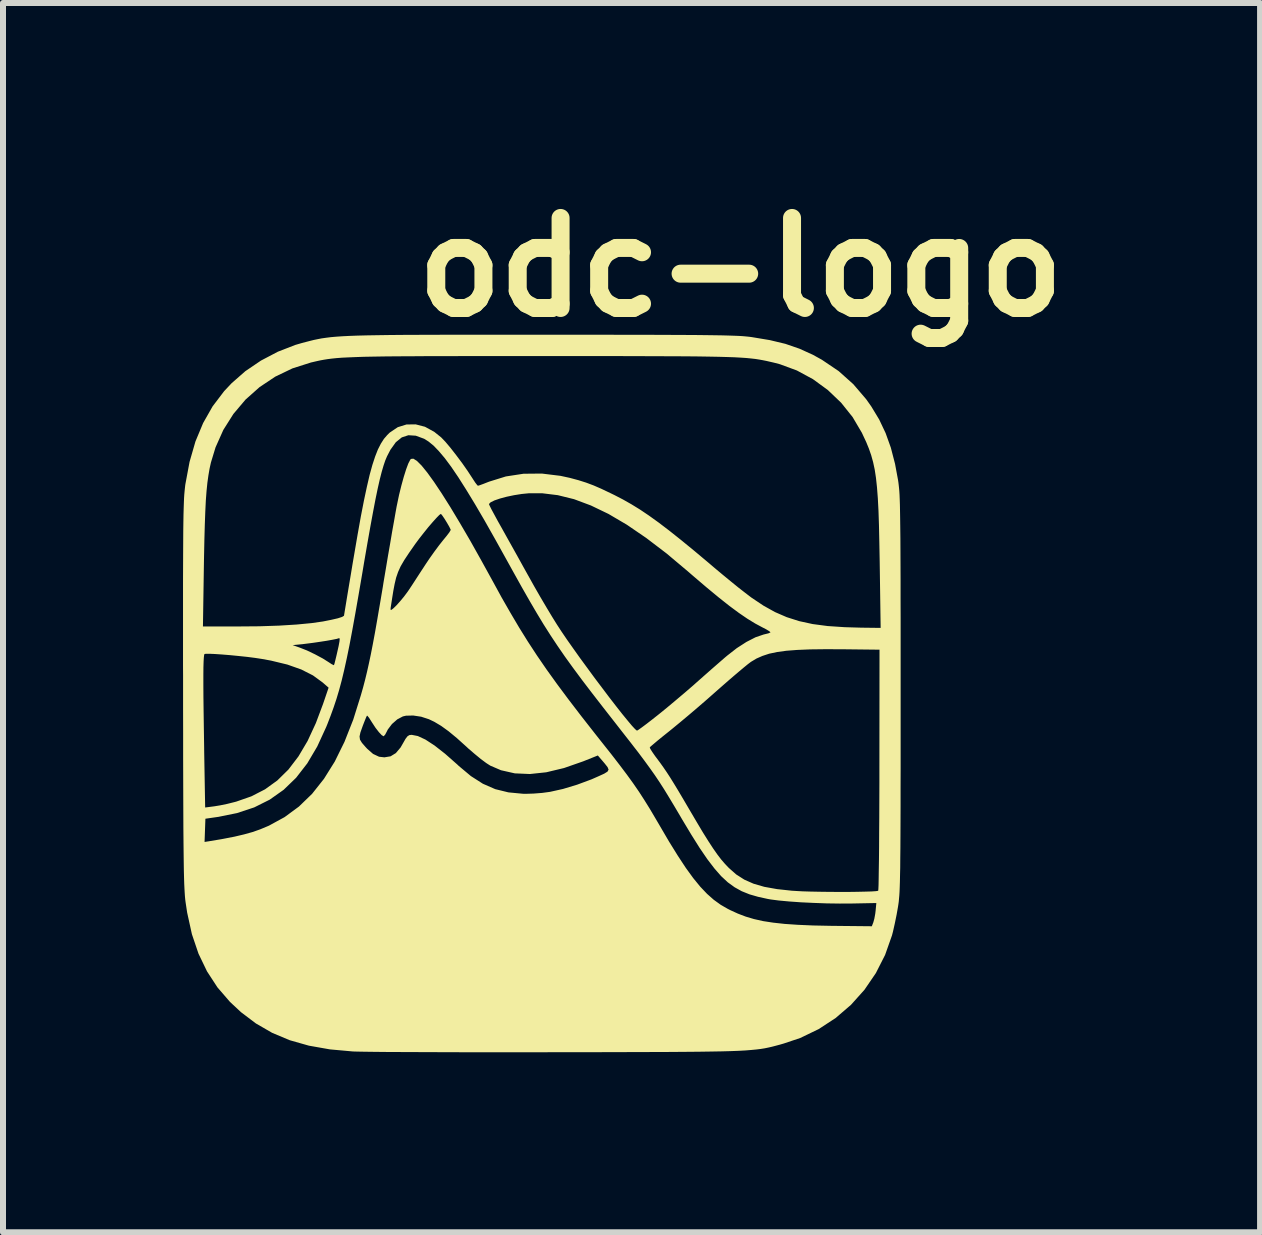
<source format=kicad_pcb>
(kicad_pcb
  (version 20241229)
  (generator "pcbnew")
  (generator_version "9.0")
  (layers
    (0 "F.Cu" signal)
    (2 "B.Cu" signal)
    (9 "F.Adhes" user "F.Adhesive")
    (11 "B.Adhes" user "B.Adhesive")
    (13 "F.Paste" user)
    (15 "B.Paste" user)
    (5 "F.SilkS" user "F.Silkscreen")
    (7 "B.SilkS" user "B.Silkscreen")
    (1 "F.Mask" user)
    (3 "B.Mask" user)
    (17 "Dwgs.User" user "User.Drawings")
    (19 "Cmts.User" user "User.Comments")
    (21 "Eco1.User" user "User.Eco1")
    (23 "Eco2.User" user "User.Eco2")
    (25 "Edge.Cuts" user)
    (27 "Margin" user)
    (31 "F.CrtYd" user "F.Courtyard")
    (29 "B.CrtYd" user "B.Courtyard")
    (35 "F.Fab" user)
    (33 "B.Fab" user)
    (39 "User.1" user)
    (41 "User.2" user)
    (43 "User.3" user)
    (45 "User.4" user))
  (footprint "odc-logo"
    (layer "F.Cu")
    (at 5.99 8.516)
    (property "Reference" "odc-logo" (at 3.302 -7.112 0) (layer "F.SilkS") (effects (font (size 1.5 1.5) (thickness 0.3))))
    (attr board_only exclude_from_pos_files exclude_from_bom)
    (fp_poly (pts (xy -0.179 -5.988) (xy -0.012 -5.988) (xy 0.446 -5.988) (xy 0.859 -5.988) (xy 1.231 -5.987) (xy 1.563 -5.987) (xy 1.858 -5.986) (xy 2.119 -5.985) (xy 2.348 -5.984) (xy 2.548 -5.983) (xy 2.721 -5.981) (xy 2.87 -5.979) (xy 2.997 -5.977) (xy 3.105 -5.974) (xy 3.196 -5.971) (xy 3.273 -5.968) (xy 3.338 -5.964) (xy 3.394 -5.959) (xy 3.444 -5.954) (xy 3.489 -5.948) (xy 3.495 -5.947) (xy 3.789 -5.898) (xy 4.048 -5.836) (xy 4.283 -5.755) (xy 4.506 -5.654) (xy 4.656 -5.571) (xy 4.936 -5.382) (xy 5.18 -5.164) (xy 5.394 -4.914) (xy 5.479 -4.794) (xy 5.612 -4.574) (xy 5.719 -4.348) (xy 5.806 -4.105) (xy 5.876 -3.835) (xy 5.926 -3.565) (xy 5.932 -3.525) (xy 5.937 -3.483) (xy 5.942 -3.436) (xy 5.947 -3.382) (xy 5.951 -3.318) (xy 5.954 -3.242) (xy 5.957 -3.152) (xy 5.959 -3.044) (xy 5.961 -2.917) (xy 5.963 -2.768) (xy 5.965 -2.594) (xy 5.966 -2.393) (xy 5.967 -2.163) (xy 5.968 -1.9) (xy 5.968 -1.604) (xy 5.969 -1.27) (xy 5.969 -0.897) (xy 5.969 -0.482) (xy 5.969 -0.023) (xy 5.969 -0.012) (xy 5.969 0.449) (xy 5.969 0.865) (xy 5.969 1.239) (xy 5.968 1.573) (xy 5.968 1.871) (xy 5.967 2.134) (xy 5.966 2.365) (xy 5.965 2.566) (xy 5.963 2.74) (xy 5.962 2.89) (xy 5.959 3.018) (xy 5.957 3.126) (xy 5.954 3.217) (xy 5.951 3.293) (xy 5.947 3.357) (xy 5.942 3.411) (xy 5.938 3.458) (xy 5.932 3.501) (xy 5.926 3.541) (xy 5.926 3.541) (xy 5.902 3.677) (xy 5.872 3.823) (xy 5.842 3.957) (xy 5.825 4.022) (xy 5.71 4.348) (xy 5.556 4.651) (xy 5.366 4.929) (xy 5.141 5.18) (xy 4.886 5.399) (xy 4.603 5.584) (xy 4.296 5.732) (xy 4.022 5.824) (xy 3.953 5.844) (xy 3.889 5.861) (xy 3.828 5.877) (xy 3.767 5.891) (xy 3.704 5.904) (xy 3.636 5.915) (xy 3.561 5.924) (xy 3.476 5.932) (xy 3.378 5.94) (xy 3.265 5.946) (xy 3.133 5.951) (xy 2.981 5.955) (xy 2.806 5.958) (xy 2.605 5.961) (xy 2.375 5.963) (xy 2.114 5.965) (xy 1.819 5.966) (xy 1.488 5.967) (xy 1.118 5.968) (xy 0.706 5.969) (xy 0.258 5.969) (xy -0.124 5.97) (xy -0.498 5.97) (xy -0.861 5.97) (xy -1.208 5.97) (xy -1.538 5.969) (xy -1.847 5.968) (xy -2.131 5.967) (xy -2.388 5.966) (xy -2.615 5.965) (xy -2.807 5.963) (xy -2.963 5.961) (xy -3.078 5.959) (xy -3.15 5.957) (xy -3.154 5.957) (xy -3.541 5.922) (xy -3.892 5.86) (xy -4.212 5.769) (xy -4.505 5.646) (xy -4.775 5.49) (xy -5.025 5.301) (xy -5.207 5.131) (xy -5.416 4.889) (xy -5.59 4.622) (xy -5.732 4.327) (xy -5.842 4.002) (xy -5.921 3.643) (xy -5.947 3.471) (xy -5.953 3.425) (xy -5.958 3.373) (xy -5.962 3.313) (xy -5.966 3.243) (xy -5.97 3.159) (xy -5.973 3.06) (xy -5.976 2.942) (xy -5.978 2.804) (xy -5.98 2.643) (xy -5.982 2.465) (xy -5.631 2.465) (xy -5.554 2.453) (xy -5.324 2.414) (xy -5.133 2.377) (xy -4.972 2.339) (xy -4.832 2.3) (xy -4.704 2.255) (xy -4.58 2.203) (xy -4.557 2.193) (xy -4.297 2.051) (xy -4.058 1.875) (xy -3.839 1.663) (xy -3.641 1.413) (xy -3.461 1.125) (xy -3.299 0.796) (xy -3.264 0.707) (xy -3.048 0.707) (xy -3.041 0.76) (xy -3.008 0.814) (xy -2.948 0.883) (xy -2.922 0.911) (xy -2.823 0.998) (xy -2.723 1.045) (xy -2.634 1.055) (xy -2.531 1.038) (xy -2.443 0.984) (xy -2.364 0.89) (xy -2.326 0.824) (xy -2.282 0.747) (xy -2.249 0.704) (xy -2.217 0.684) (xy -2.179 0.68) (xy -2.077 0.7) (xy -1.95 0.759) (xy -1.798 0.858) (xy -1.622 0.996) (xy -1.42 1.174) (xy -1.396 1.197) (xy -1.193 1.367) (xy -0.993 1.495) (xy -0.787 1.585) (xy -0.567 1.639) (xy -0.325 1.662) (xy -0.279 1.663) (xy -0.15 1.659) (xy -0.007 1.648) (xy 0.12 1.631) (xy 0.122 1.631) (xy 0.342 1.582) (xy 0.58 1.51) (xy 0.817 1.422) (xy 0.935 1.37) (xy 1.029 1.327) (xy 1.084 1.293) (xy 1.102 1.26) (xy 1.085 1.218) (xy 1.036 1.156) (xy 1.002 1.116) (xy 0.923 1.024) (xy 0.678 1.122) (xy 0.36 1.233) (xy 0.064 1.304) (xy -0.209 1.333) (xy -0.461 1.322) (xy -0.691 1.27) (xy -0.87 1.193) (xy -0.937 1.15) (xy -1.027 1.083) (xy -1.129 0.999) (xy -1.235 0.908) (xy -1.267 0.878) (xy -1.428 0.733) (xy -1.565 0.62) (xy -1.688 0.531) (xy -1.802 0.463) (xy -1.892 0.42) (xy -2.021 0.378) (xy -2.154 0.358) (xy -2.274 0.361) (xy -2.326 0.373) (xy -2.419 0.422) (xy -2.508 0.5) (xy -2.577 0.591) (xy -2.595 0.627) (xy -2.622 0.678) (xy -2.646 0.703) (xy -2.648 0.704) (xy -2.679 0.685) (xy -2.726 0.635) (xy -2.782 0.563) (xy -2.837 0.479) (xy -2.853 0.454) (xy -2.889 0.397) (xy -2.916 0.364) (xy -2.924 0.36) (xy -2.937 0.385) (xy -2.961 0.444) (xy -2.992 0.523) (xy -3.001 0.548) (xy -3.034 0.641) (xy -3.048 0.707) (xy -3.264 0.707) (xy -3.153 0.426) (xy -3.027 0.023) (xy -2.989 -0.11) (xy -2.955 -0.24) (xy -2.923 -0.372) (xy -2.892 -0.511) (xy -2.86 -0.662) (xy -2.827 -0.831) (xy -2.791 -1.024) (xy -2.752 -1.246) (xy -2.725 -1.405) (xy -2.532 -1.405) (xy -2.532 -1.405) (xy -2.518 -1.402) (xy -2.483 -1.429) (xy -2.431 -1.48) (xy -2.371 -1.547) (xy -2.308 -1.623) (xy -2.249 -1.702) (xy -2.225 -1.737) (xy -2.179 -1.806) (xy -2.116 -1.903) (xy -2.044 -2.014) (xy -1.97 -2.127) (xy -1.966 -2.134) (xy -1.887 -2.252) (xy -1.802 -2.372) (xy -1.721 -2.481) (xy -1.656 -2.563) (xy -1.597 -2.635) (xy -1.552 -2.694) (xy -1.53 -2.732) (xy -1.529 -2.739) (xy -1.554 -2.79) (xy -1.591 -2.854) (xy -1.631 -2.919) (xy -1.667 -2.972) (xy -1.69 -3) (xy -1.693 -3.002) (xy -1.718 -2.985) (xy -1.765 -2.937) (xy -1.829 -2.866) (xy -1.903 -2.78) (xy -1.98 -2.684) (xy -2.056 -2.587) (xy -2.119 -2.502) (xy -2.223 -2.353) (xy -2.303 -2.232) (xy -2.363 -2.129) (xy -2.406 -2.034) (xy -2.439 -1.938) (xy -2.464 -1.832) (xy -2.485 -1.721) (xy -2.503 -1.609) (xy -2.518 -1.512) (xy -2.529 -1.441) (xy -2.532 -1.405) (xy -2.725 -1.405) (xy -2.708 -1.503) (xy -2.658 -1.799) (xy -2.65 -1.852) (xy -2.612 -2.076) (xy -2.575 -2.298) (xy -2.538 -2.51) (xy -2.505 -2.706) (xy -2.474 -2.878) (xy -2.449 -3.021) (xy -2.43 -3.126) (xy -2.424 -3.154) (xy -2.39 -3.317) (xy -2.351 -3.475) (xy -2.311 -3.62) (xy -2.272 -3.744) (xy -2.236 -3.841) (xy -2.204 -3.903) (xy -2.192 -3.918) (xy -2.151 -3.922) (xy -2.092 -3.885) (xy -2.014 -3.807) (xy -1.919 -3.69) (xy -1.807 -3.535) (xy -1.679 -3.343) (xy -1.535 -3.115) (xy -1.377 -2.852) (xy -1.204 -2.556) (xy -1.019 -2.226) (xy -0.83 -1.883) (xy -0.678 -1.605) (xy -0.531 -1.349) (xy -0.388 -1.107) (xy -0.243 -0.874) (xy -0.092 -0.643) (xy 0.068 -0.41) (xy 0.242 -0.168) (xy 0.434 0.09) (xy 0.647 0.368) (xy 0.886 0.673) (xy 0.984 0.797) (xy 1.149 1.005) (xy 1.288 1.185) (xy 1.407 1.343) (xy 1.512 1.488) (xy 1.607 1.626) (xy 1.697 1.765) (xy 1.789 1.913) (xy 1.886 2.077) (xy 1.947 2.181) (xy 2.109 2.458) (xy 2.256 2.695) (xy 2.389 2.897) (xy 2.513 3.068) (xy 2.63 3.211) (xy 2.743 3.33) (xy 2.855 3.429) (xy 2.97 3.512) (xy 3.091 3.582) (xy 3.127 3.6) (xy 3.256 3.659) (xy 3.387 3.709) (xy 3.525 3.75) (xy 3.676 3.784) (xy 3.845 3.81) (xy 4.037 3.831) (xy 4.257 3.846) (xy 4.51 3.857) (xy 4.802 3.863) (xy 4.99 3.865) (xy 5.489 3.87) (xy 5.514 3.805) (xy 5.531 3.744) (xy 5.546 3.661) (xy 5.552 3.612) (xy 5.564 3.483) (xy 5.157 3.491) (xy 4.954 3.492) (xy 4.74 3.489) (xy 4.521 3.481) (xy 4.309 3.471) (xy 4.112 3.457) (xy 3.939 3.441) (xy 3.8 3.423) (xy 3.751 3.414) (xy 3.592 3.379) (xy 3.45 3.338) (xy 3.321 3.286) (xy 3.202 3.22) (xy 3.089 3.138) (xy 2.978 3.035) (xy 2.866 2.907) (xy 2.748 2.753) (xy 2.621 2.567) (xy 2.482 2.346) (xy 2.327 2.088) (xy 2.299 2.04) (xy 2.198 1.869) (xy 2.109 1.721) (xy 2.029 1.59) (xy 1.952 1.47) (xy 1.875 1.355) (xy 1.793 1.239) (xy 1.702 1.114) (xy 1.598 0.975) (xy 1.532 0.89) (xy 1.788 0.89) (xy 1.798 0.915) (xy 1.831 0.967) (xy 1.879 1.036) (xy 1.895 1.057) (xy 1.96 1.144) (xy 2.017 1.224) (xy 2.071 1.303) (xy 2.127 1.389) (xy 2.189 1.489) (xy 2.262 1.609) (xy 2.349 1.756) (xy 2.441 1.913) (xy 2.567 2.127) (xy 2.673 2.305) (xy 2.765 2.452) (xy 2.844 2.573) (xy 2.914 2.673) (xy 2.979 2.758) (xy 3.042 2.831) (xy 3.106 2.898) (xy 3.228 3.006) (xy 3.364 3.093) (xy 3.518 3.161) (xy 3.697 3.213) (xy 3.909 3.251) (xy 4.158 3.278) (xy 4.225 3.282) (xy 4.333 3.288) (xy 4.466 3.292) (xy 4.616 3.295) (xy 4.776 3.297) (xy 4.939 3.298) (xy 5.099 3.298) (xy 5.247 3.296) (xy 5.378 3.293) (xy 5.484 3.29) (xy 5.558 3.285) (xy 5.594 3.279) (xy 5.595 3.278) (xy 5.598 3.252) (xy 5.601 3.183) (xy 5.603 3.074) (xy 5.605 2.929) (xy 5.608 2.75) (xy 5.61 2.541) (xy 5.611 2.307) (xy 5.613 2.049) (xy 5.614 1.772) (xy 5.615 1.479) (xy 5.615 1.261) (xy 5.617 -0.739) (xy 5.007 -0.746) (xy 4.713 -0.747) (xy 4.461 -0.744) (xy 4.246 -0.735) (xy 4.064 -0.721) (xy 3.91 -0.7) (xy 3.778 -0.672) (xy 3.666 -0.635) (xy 3.566 -0.591) (xy 3.476 -0.537) (xy 3.473 -0.535) (xy 3.424 -0.498) (xy 3.347 -0.435) (xy 3.247 -0.351) (xy 3.13 -0.251) (xy 3.004 -0.141) (xy 2.897 -0.047) (xy 2.751 0.082) (xy 2.595 0.217) (xy 2.439 0.35) (xy 2.293 0.472) (xy 2.168 0.575) (xy 2.115 0.618) (xy 2.01 0.702) (xy 1.919 0.776) (xy 1.848 0.836) (xy 1.802 0.875) (xy 1.788 0.89) (xy 1.532 0.89) (xy 1.475 0.816) (xy 1.33 0.631) (xy 1.231 0.504) (xy 1.016 0.229) (xy 0.827 -0.015) (xy 0.659 -0.235) (xy 0.51 -0.436) (xy 0.375 -0.623) (xy 0.251 -0.803) (xy 0.133 -0.981) (xy 0.018 -1.162) (xy -0.098 -1.354) (xy -0.219 -1.561) (xy -0.349 -1.789) (xy -0.491 -2.044) (xy -0.593 -2.228) (xy -0.789 -2.581) (xy -0.966 -2.894) (xy -1.124 -3.164) (xy -0.891 -3.164) (xy -0.88 -3.138) (xy -0.85 -3.078) (xy -0.803 -2.991) (xy -0.745 -2.884) (xy -0.683 -2.774) (xy -0.604 -2.632) (xy -0.51 -2.464) (xy -0.409 -2.283) (xy -0.31 -2.104) (xy -0.224 -1.95) (xy -0.134 -1.789) (xy -0.034 -1.615) (xy 0.068 -1.442) (xy 0.163 -1.284) (xy 0.242 -1.157) (xy 0.317 -1.042) (xy 0.408 -0.908) (xy 0.513 -0.759) (xy 0.626 -0.6) (xy 0.747 -0.435) (xy 0.87 -0.267) (xy 0.994 -0.103) (xy 1.113 0.055) (xy 1.226 0.201) (xy 1.329 0.332) (xy 1.419 0.442) (xy 1.491 0.528) (xy 1.544 0.585) (xy 1.573 0.609) (xy 1.576 0.61) (xy 1.6 0.596) (xy 1.655 0.557) (xy 1.734 0.498) (xy 1.831 0.423) (xy 1.931 0.344) (xy 2.069 0.232) (xy 2.222 0.104) (xy 2.377 -0.027) (xy 2.516 -0.147) (xy 2.564 -0.19) (xy 2.684 -0.296) (xy 2.812 -0.409) (xy 2.936 -0.517) (xy 3.043 -0.61) (xy 3.08 -0.641) (xy 3.239 -0.765) (xy 3.399 -0.868) (xy 3.551 -0.946) (xy 3.686 -0.992) (xy 3.711 -0.998) (xy 3.768 -1.012) (xy 3.798 -1.026) (xy 3.799 -1.03) (xy 3.78 -1.047) (xy 3.729 -1.078) (xy 3.665 -1.111) (xy 3.544 -1.176) (xy 3.415 -1.255) (xy 3.273 -1.352) (xy 3.115 -1.469) (xy 2.937 -1.61) (xy 2.735 -1.777) (xy 2.504 -1.974) (xy 2.427 -2.041) (xy 2.069 -2.342) (xy 1.729 -2.601) (xy 1.407 -2.821) (xy 1.101 -3.001) (xy 0.808 -3.142) (xy 0.527 -3.247) (xy 0.256 -3.314) (xy -0.006 -3.346) (xy -0.223 -3.346) (xy -0.345 -3.334) (xy -0.472 -3.314) (xy -0.596 -3.288) (xy -0.708 -3.258) (xy -0.801 -3.226) (xy -0.864 -3.195) (xy -0.891 -3.167) (xy -0.891 -3.164) (xy -1.124 -3.164) (xy -1.127 -3.169) (xy -1.272 -3.407) (xy -1.402 -3.612) (xy -1.52 -3.786) (xy -1.627 -3.93) (xy -1.725 -4.046) (xy -1.813 -4.138) (xy -1.896 -4.206) (xy -1.972 -4.254) (xy -1.975 -4.255) (xy -2.111 -4.305) (xy -2.234 -4.313) (xy -2.344 -4.277) (xy -2.444 -4.196) (xy -2.534 -4.07) (xy -2.59 -3.962) (xy -2.62 -3.891) (xy -2.649 -3.805) (xy -2.679 -3.702) (xy -2.711 -3.577) (xy -2.745 -3.427) (xy -2.782 -3.249) (xy -2.822 -3.04) (xy -2.867 -2.796) (xy -2.917 -2.514) (xy -2.973 -2.19) (xy -3 -2.028) (xy -3.062 -1.666) (xy -3.118 -1.346) (xy -3.169 -1.064) (xy -3.216 -0.815) (xy -3.261 -0.595) (xy -3.304 -0.4) (xy -3.346 -0.225) (xy -3.389 -0.065) (xy -3.433 0.082) (xy -3.48 0.223) (xy -3.53 0.361) (xy -3.584 0.501) (xy -3.604 0.55) (xy -3.753 0.874) (xy -3.919 1.155) (xy -4.105 1.395) (xy -4.313 1.596) (xy -4.545 1.76) (xy -4.803 1.889) (xy -5.09 1.984) (xy -5.406 2.048) (xy -5.409 2.048) (xy -5.617 2.078) (xy -5.624 2.272) (xy -5.631 2.465) (xy -5.982 2.465) (xy -5.982 2.457) (xy -5.984 2.242) (xy -5.985 1.996) (xy -5.986 1.718) (xy -5.987 1.403) (xy -5.988 1.051) (xy -5.988 0.658) (xy -5.989 0.221) (xy -5.989 -0.012) (xy -5.989 -0.318) (xy -5.651 -0.318) (xy -5.651 -0.155) (xy -5.65 0.044) (xy -5.647 0.283) (xy -5.643 0.563) (xy -5.638 0.886) (xy -5.637 0.977) (xy -5.621 1.891) (xy -5.467 1.871) (xy -5.37 1.855) (xy -5.25 1.83) (xy -5.13 1.8) (xy -5.103 1.793) (xy -4.851 1.705) (xy -4.623 1.588) (xy -4.418 1.44) (xy -4.233 1.258) (xy -4.066 1.039) (xy -3.914 0.782) (xy -3.776 0.484) (xy -3.656 0.164) (xy -3.564 -0.106) (xy -3.664 -0.193) (xy -3.824 -0.31) (xy -4.019 -0.409) (xy -4.251 -0.491) (xy -4.524 -0.557) (xy -4.671 -0.584) (xy -4.788 -0.602) (xy -4.921 -0.619) (xy -5.063 -0.634) (xy -5.206 -0.648) (xy -5.34 -0.659) (xy -5.458 -0.667) (xy -5.552 -0.671) (xy -5.613 -0.67) (xy -5.632 -0.667) (xy -5.638 -0.651) (xy -5.643 -0.61) (xy -5.647 -0.543) (xy -5.65 -0.446) (xy -5.651 -0.318) (xy -5.989 -0.318) (xy -5.99 -0.466) (xy -5.99 -0.815) (xy -4.163 -0.815) (xy -4.046 -0.774) (xy -3.924 -0.726) (xy -3.789 -0.661) (xy -3.66 -0.592) (xy -3.565 -0.532) (xy -3.513 -0.498) (xy -3.48 -0.482) (xy -3.475 -0.481) (xy -3.466 -0.506) (xy -3.451 -0.566) (xy -3.431 -0.649) (xy -3.423 -0.684) (xy -3.397 -0.799) (xy -3.383 -0.875) (xy -3.379 -0.917) (xy -3.385 -0.932) (xy -3.396 -0.929) (xy -3.429 -0.919) (xy -3.499 -0.905) (xy -3.593 -0.888) (xy -3.703 -0.871) (xy -3.818 -0.854) (xy -3.927 -0.84) (xy -3.999 -0.831) (xy -4.163 -0.815) (xy -5.99 -0.815) (xy -5.99 -0.876) (xy -5.99 -1.126) (xy -5.658 -1.126) (xy -5.086 -1.126) (xy -4.72 -1.129) (xy -4.389 -1.14) (xy -4.098 -1.158) (xy -3.848 -1.182) (xy -3.659 -1.209) (xy -3.519 -1.237) (xy -3.41 -1.262) (xy -3.339 -1.285) (xy -3.308 -1.304) (xy -3.307 -1.307) (xy -3.303 -1.332) (xy -3.292 -1.399) (xy -3.275 -1.502) (xy -3.253 -1.637) (xy -3.226 -1.799) (xy -3.195 -1.983) (xy -3.162 -2.183) (xy -3.142 -2.299) (xy -3.082 -2.649) (xy -3.027 -2.957) (xy -2.975 -3.224) (xy -2.926 -3.454) (xy -2.88 -3.652) (xy -2.834 -3.819) (xy -2.788 -3.959) (xy -2.742 -4.076) (xy -2.693 -4.172) (xy -2.642 -4.252) (xy -2.586 -4.317) (xy -2.545 -4.357) (xy -2.411 -4.447) (xy -2.266 -4.492) (xy -2.113 -4.494) (xy -1.958 -4.454) (xy -1.804 -4.37) (xy -1.687 -4.276) (xy -1.618 -4.204) (xy -1.532 -4.102) (xy -1.437 -3.98) (xy -1.338 -3.848) (xy -1.245 -3.715) (xy -1.164 -3.591) (xy -1.159 -3.583) (xy -1.119 -3.522) (xy -1.087 -3.481) (xy -1.075 -3.471) (xy -1.047 -3.479) (xy -0.987 -3.501) (xy -0.908 -3.532) (xy -0.887 -3.54) (xy -0.61 -3.626) (xy -0.316 -3.671) (xy -0.01 -3.674) (xy 0.301 -3.636) (xy 0.457 -3.602) (xy 0.602 -3.563) (xy 0.728 -3.523) (xy 0.851 -3.477) (xy 0.982 -3.42) (xy 1.135 -3.347) (xy 1.199 -3.316) (xy 1.342 -3.242) (xy 1.483 -3.162) (xy 1.626 -3.074) (xy 1.776 -2.973) (xy 1.936 -2.858) (xy 2.112 -2.724) (xy 2.307 -2.569) (xy 2.527 -2.389) (xy 2.774 -2.182) (xy 2.87 -2.1) (xy 3.003 -1.989) (xy 3.138 -1.878) (xy 3.266 -1.774) (xy 3.379 -1.686) (xy 3.468 -1.618) (xy 3.487 -1.604) (xy 3.683 -1.473) (xy 3.875 -1.366) (xy 4.071 -1.281) (xy 4.278 -1.215) (xy 4.503 -1.166) (xy 4.753 -1.133) (xy 5.036 -1.114) (xy 5.31 -1.106) (xy 5.636 -1.102) (xy 5.62 -2.207) (xy 5.614 -2.53) (xy 5.608 -2.811) (xy 5.6 -3.053) (xy 5.589 -3.263) (xy 5.575 -3.445) (xy 5.558 -3.603) (xy 5.537 -3.741) (xy 5.51 -3.866) (xy 5.478 -3.981) (xy 5.44 -4.09) (xy 5.395 -4.2) (xy 5.342 -4.313) (xy 5.323 -4.354) (xy 5.169 -4.615) (xy 4.978 -4.854) (xy 4.756 -5.066) (xy 4.508 -5.247) (xy 4.24 -5.392) (xy 3.958 -5.496) (xy 3.859 -5.522) (xy 3.794 -5.537) (xy 3.733 -5.551) (xy 3.673 -5.563) (xy 3.612 -5.574) (xy 3.548 -5.584) (xy 3.477 -5.592) (xy 3.397 -5.6) (xy 3.306 -5.606) (xy 3.201 -5.612) (xy 3.08 -5.616) (xy 2.939 -5.62) (xy 2.777 -5.623) (xy 2.59 -5.626) (xy 2.377 -5.628) (xy 2.134 -5.629) (xy 1.859 -5.63) (xy 1.55 -5.631) (xy 1.203 -5.632) (xy 0.817 -5.632) (xy 0.388 -5.632) (xy 0.012 -5.632) (xy -0.457 -5.632) (xy -0.881 -5.632) (xy -1.263 -5.632) (xy -1.605 -5.631) (xy -1.912 -5.631) (xy -2.183 -5.629) (xy -2.424 -5.628) (xy -2.635 -5.626) (xy -2.819 -5.623) (xy -2.98 -5.62) (xy -3.119 -5.615) (xy -3.239 -5.61) (xy -3.343 -5.605) (xy -3.433 -5.598) (xy -3.511 -5.59) (xy -3.581 -5.581) (xy -3.644 -5.571) (xy -3.704 -5.56) (xy -3.763 -5.547) (xy -3.823 -5.533) (xy -3.858 -5.525) (xy -4.166 -5.427) (xy -4.453 -5.289) (xy -4.714 -5.115) (xy -4.948 -4.907) (xy -5.15 -4.668) (xy -5.318 -4.402) (xy -5.448 -4.111) (xy -5.525 -3.858) (xy -5.548 -3.754) (xy -5.567 -3.643) (xy -5.584 -3.521) (xy -5.598 -3.382) (xy -5.61 -3.223) (xy -5.619 -3.037) (xy -5.627 -2.821) (xy -5.634 -2.569) (xy -5.64 -2.277) (xy -5.642 -2.164) (xy -5.658 -1.126) (xy -5.99 -1.126) (xy -5.99 -1.244) (xy -5.99 -1.573) (xy -5.99 -1.866) (xy -5.989 -2.123) (xy -5.988 -2.35) (xy -5.987 -2.547) (xy -5.986 -2.717) (xy -5.984 -2.864) (xy -5.982 -2.989) (xy -5.979 -3.095) (xy -5.976 -3.184) (xy -5.973 -3.26) (xy -5.969 -3.324) (xy -5.964 -3.379) (xy -5.959 -3.428) (xy -5.954 -3.473) (xy -5.951 -3.495) (xy -5.881 -3.869) (xy -5.783 -4.209) (xy -5.655 -4.516) (xy -5.497 -4.794) (xy -5.305 -5.047) (xy -5.18 -5.18) (xy -4.952 -5.38) (xy -4.691 -5.557) (xy -4.409 -5.705) (xy -4.118 -5.818) (xy -4.011 -5.849) (xy -3.939 -5.868) (xy -3.873 -5.885) (xy -3.809 -5.901) (xy -3.746 -5.914) (xy -3.679 -5.927) (xy -3.608 -5.937) (xy -3.529 -5.947) (xy -3.439 -5.955) (xy -3.337 -5.962) (xy -3.219 -5.968) (xy -3.084 -5.973) (xy -2.928 -5.977) (xy -2.748 -5.98) (xy -2.544 -5.983) (xy -2.311 -5.985) (xy -2.047 -5.986) (xy -1.75 -5.987) (xy -1.418 -5.988) (xy -1.047 -5.988) (xy -0.635 -5.988)) (stroke (width 0) (type solid)) (fill yes) (layer "F.SilkS")))
  (gr_rect
    (start -3 -3)
    (end 17.949 17.486)
    (stroke (width 0.1) (type default))
    (fill no)
    (layer "Edge.Cuts")))
</source>
